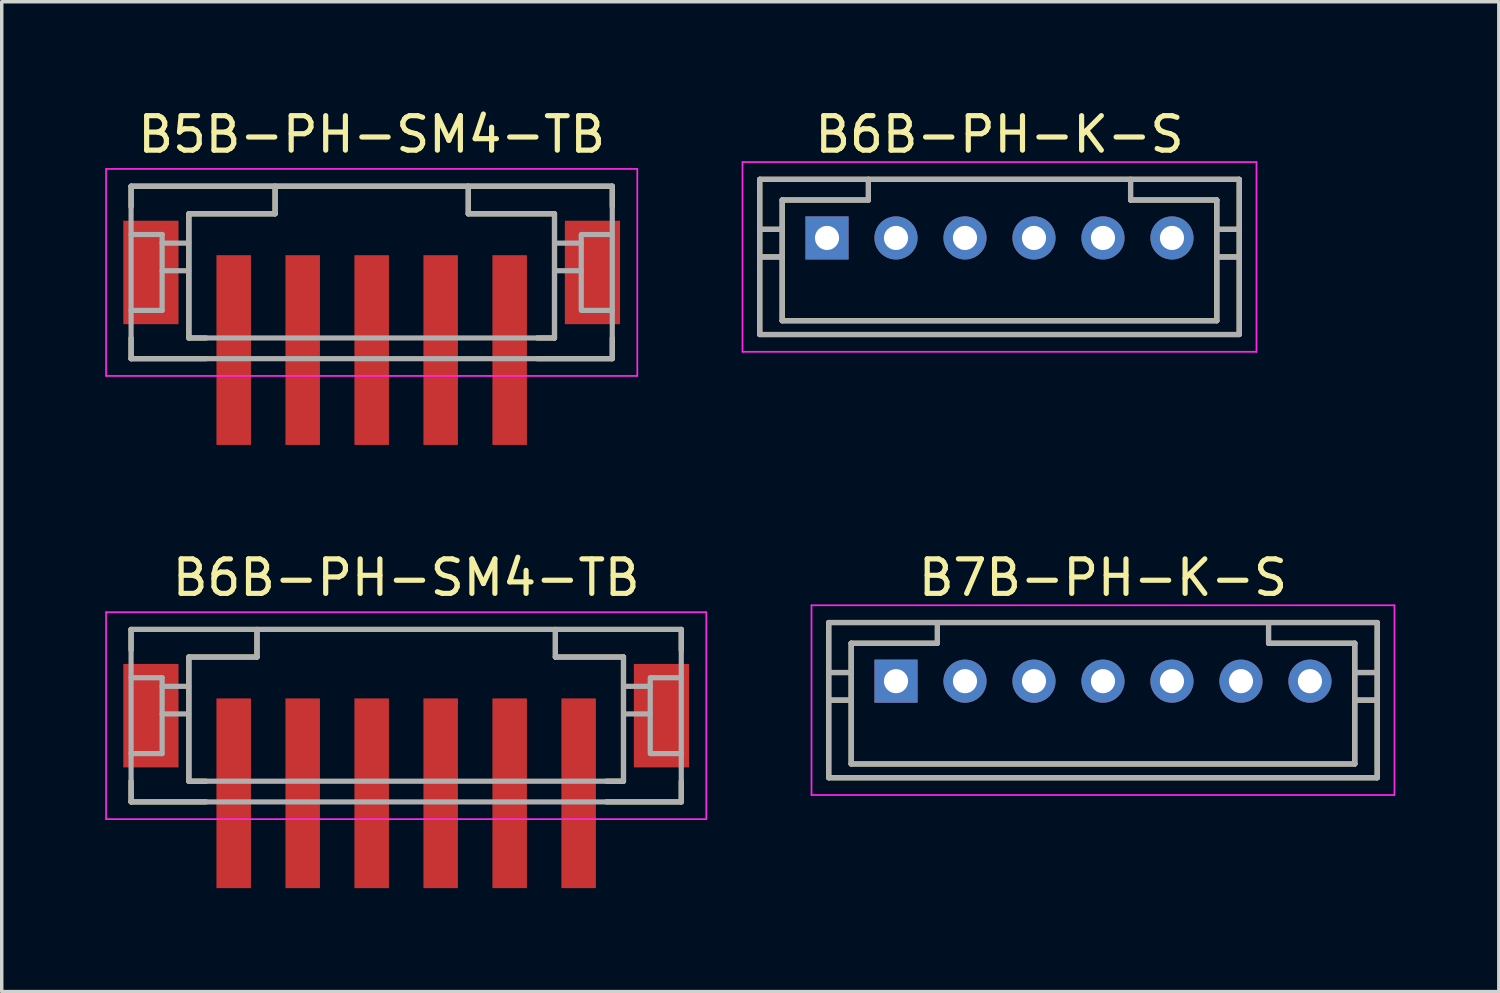
<source format=kicad_pcb>
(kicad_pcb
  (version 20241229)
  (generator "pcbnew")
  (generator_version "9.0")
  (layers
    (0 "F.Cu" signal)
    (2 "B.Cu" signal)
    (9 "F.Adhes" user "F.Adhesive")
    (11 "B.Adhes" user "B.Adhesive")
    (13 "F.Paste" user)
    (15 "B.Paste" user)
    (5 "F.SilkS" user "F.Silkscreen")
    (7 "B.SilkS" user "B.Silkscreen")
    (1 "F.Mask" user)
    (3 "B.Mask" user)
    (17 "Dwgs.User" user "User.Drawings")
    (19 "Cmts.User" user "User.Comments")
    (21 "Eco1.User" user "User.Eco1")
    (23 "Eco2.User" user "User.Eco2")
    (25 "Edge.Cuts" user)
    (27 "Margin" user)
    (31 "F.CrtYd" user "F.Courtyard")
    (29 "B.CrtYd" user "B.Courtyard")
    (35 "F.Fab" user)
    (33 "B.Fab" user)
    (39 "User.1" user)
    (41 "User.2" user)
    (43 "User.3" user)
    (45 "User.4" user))
  (footprint "B5B-PH-SM4-TB"
    (layer "F.Cu")
    (at 7.725 4.348)
    (property "Reference" "B5B-PH-SM4-TB" (at 0 -3.5 0) (layer "F.SilkS") (effects (font (size 1 1) (thickness 0.15))))
    (attr smd)
    (fp_line (start -6.975 -2) (end -6.975 -1.4) (stroke (width 0.15) (type solid)) (layer "F.SilkS"))
    (fp_line (start -6.975 -2) (end 6.975 -2) (stroke (width 0.15) (type solid)) (layer "F.SilkS"))
    (fp_line (start -6.975 2.4) (end -6.975 3) (stroke (width 0.15) (type solid)) (layer "F.SilkS"))
    (fp_line (start -6.975 3) (end -4.8 3) (stroke (width 0.15) (type solid)) (layer "F.SilkS"))
    (fp_line (start -5.3 -1.2) (end -5.3 2.4) (stroke (width 0.15) (type solid)) (layer "F.SilkS"))
    (fp_line (start -5.3 -1.2) (end -2.8 -1.2) (stroke (width 0.15) (type solid)) (layer "F.SilkS"))
    (fp_line (start -5.3 2.4) (end -4.8 2.4) (stroke (width 0.15) (type solid)) (layer "F.SilkS"))
    (fp_line (start -2.8 -2) (end -2.8 -1.2) (stroke (width 0.15) (type solid)) (layer "F.SilkS"))
    (fp_line (start 2.8 -2) (end 2.8 -1.2) (stroke (width 0.15) (type solid)) (layer "F.SilkS"))
    (fp_line (start 2.8 -1.2) (end 5.3 -1.2) (stroke (width 0.15) (type solid)) (layer "F.SilkS"))
    (fp_line (start 4.8 2.4) (end 5.3 2.4) (stroke (width 0.15) (type solid)) (layer "F.SilkS"))
    (fp_line (start 4.8 3) (end 6.975 3) (stroke (width 0.15) (type solid)) (layer "F.SilkS"))
    (fp_line (start 5.3 -1.2) (end 5.3 2.4) (stroke (width 0.15) (type solid)) (layer "F.SilkS"))
    (fp_line (start 6.975 -2) (end 6.975 -1.4) (stroke (width 0.15) (type solid)) (layer "F.SilkS"))
    (fp_line (start 6.975 2.4) (end 6.975 3) (stroke (width 0.15) (type solid)) (layer "F.SilkS"))
    (fp_line (start -7.7 -2.5) (end -7.7 3.5) (stroke (width 0.05) (type solid)) (layer "F.CrtYd"))
    (fp_line (start -7.7 -2.5) (end 7.7 -2.5) (stroke (width 0.05) (type solid)) (layer "F.CrtYd"))
    (fp_line (start -7.7 3.5) (end 7.7 3.5) (stroke (width 0.05) (type solid)) (layer "F.CrtYd"))
    (fp_line (start 7.7 -2.5) (end 7.7 3.5) (stroke (width 0.05) (type solid)) (layer "F.CrtYd"))
    (fp_line (start -6.975 -2) (end -6.975 3) (stroke (width 0.15) (type solid)) (layer "F.Fab"))
    (fp_line (start -6.975 -2) (end 6.975 -2) (stroke (width 0.15) (type solid)) (layer "F.Fab"))
    (fp_line (start -6.975 -0.6) (end -6.075 -0.6) (stroke (width 0.15) (type solid)) (layer "F.Fab"))
    (fp_line (start -6.975 1.6) (end -6.075 1.6) (stroke (width 0.15) (type solid)) (layer "F.Fab"))
    (fp_line (start -6.975 3) (end 6.975 3) (stroke (width 0.15) (type solid)) (layer "F.Fab"))
    (fp_line (start -6.075 -0.6) (end -6.075 1.6) (stroke (width 0.15) (type solid)) (layer "F.Fab"))
    (fp_line (start -6.075 -0.35) (end -5.3 -0.35) (stroke (width 0.15) (type solid)) (layer "F.Fab"))
    (fp_line (start -6.075 0.45) (end -5.3 0.45) (stroke (width 0.15) (type solid)) (layer "F.Fab"))
    (fp_line (start -5.3 -1.2) (end -5.3 2.4) (stroke (width 0.15) (type solid)) (layer "F.Fab"))
    (fp_line (start -5.3 -1.2) (end -2.8 -1.2) (stroke (width 0.15) (type solid)) (layer "F.Fab"))
    (fp_line (start -5.3 2.4) (end 5.3 2.4) (stroke (width 0.15) (type solid)) (layer "F.Fab"))
    (fp_line (start -2.8 -2) (end -2.8 -1.2) (stroke (width 0.15) (type solid)) (layer "F.Fab"))
    (fp_line (start 2.8 -2) (end 2.8 -1.2) (stroke (width 0.15) (type solid)) (layer "F.Fab"))
    (fp_line (start 2.8 -1.2) (end 5.3 -1.2) (stroke (width 0.15) (type solid)) (layer "F.Fab"))
    (fp_line (start 5.3 -1.2) (end 5.3 2.4) (stroke (width 0.15) (type solid)) (layer "F.Fab"))
    (fp_line (start 5.3 -0.35) (end 6.075 -0.35) (stroke (width 0.15) (type solid)) (layer "F.Fab"))
    (fp_line (start 5.3 0.45) (end 6.075 0.45) (stroke (width 0.15) (type solid)) (layer "F.Fab"))
    (fp_line (start 6.075 -0.6) (end 6.075 1.6) (stroke (width 0.15) (type solid)) (layer "F.Fab"))
    (fp_line (start 6.1 -0.6) (end 6.975 -0.6) (stroke (width 0.15) (type solid)) (layer "F.Fab"))
    (fp_line (start 6.1 1.6) (end 6.975 1.6) (stroke (width 0.15) (type solid)) (layer "F.Fab"))
    (fp_line (start 6.975 -2) (end 6.975 3) (stroke (width 0.15) (type solid)) (layer "F.Fab"))
    (pad "1" smd rect (at -4 2.75) (size 1 5.5) (layers "F.Cu" "F.Mask" "F.Paste"))
    (pad "2" smd rect (at -2 2.75) (size 1 5.5) (layers "F.Cu" "F.Mask" "F.Paste"))
    (pad "3" smd rect (at 0 2.75) (size 1 5.5) (layers "F.Cu" "F.Mask" "F.Paste"))
    (pad "4" smd rect (at 2 2.75) (size 1 5.5) (layers "F.Cu" "F.Mask" "F.Paste"))
    (pad "5" smd rect (at 4 2.75) (size 1 5.5) (layers "F.Cu" "F.Mask" "F.Paste"))
    (pad "S" smd rect (at -6.4 0.5) (size 1.6 3) (layers "F.Cu" "F.Mask" "F.Paste"))
    (pad "S" smd rect (at 6.4 0.5) (size 1.6 3) (layers "F.Cu" "F.Mask" "F.Paste")))
  (footprint "B6B-PH-SM4-TB"
    (layer "F.Cu")
    (at 8.725 17.197)
    (property "Reference" "B6B-PH-SM4-TB" (at 0 -3.5 0) (layer "F.SilkS") (effects (font (size 1 1) (thickness 0.15))))
    (attr smd)
    (fp_line (start -7.975 -2) (end -7.975 -1.4) (stroke (width 0.15) (type solid)) (layer "F.SilkS"))
    (fp_line (start -7.975 -2) (end 7.975 -2) (stroke (width 0.15) (type solid)) (layer "F.SilkS"))
    (fp_line (start -7.975 2.4) (end -7.975 3) (stroke (width 0.15) (type solid)) (layer "F.SilkS"))
    (fp_line (start -7.975 3) (end -5.8 3) (stroke (width 0.15) (type solid)) (layer "F.SilkS"))
    (fp_line (start -6.3 -1.2) (end -6.3 2.4) (stroke (width 0.15) (type solid)) (layer "F.SilkS"))
    (fp_line (start -6.3 -1.2) (end -4.325 -1.2) (stroke (width 0.15) (type solid)) (layer "F.SilkS"))
    (fp_line (start -6.3 2.4) (end -5.8 2.4) (stroke (width 0.15) (type solid)) (layer "F.SilkS"))
    (fp_line (start -4.325 -2) (end -4.325 -1.2) (stroke (width 0.15) (type solid)) (layer "F.SilkS"))
    (fp_line (start 4.325 -2) (end 4.325 -1.2) (stroke (width 0.15) (type solid)) (layer "F.SilkS"))
    (fp_line (start 4.325 -1.2) (end 6.3 -1.2) (stroke (width 0.15) (type solid)) (layer "F.SilkS"))
    (fp_line (start 5.8 2.4) (end 6.3 2.4) (stroke (width 0.15) (type solid)) (layer "F.SilkS"))
    (fp_line (start 5.8 3) (end 7.975 3) (stroke (width 0.15) (type solid)) (layer "F.SilkS"))
    (fp_line (start 6.3 -1.2) (end 6.3 2.4) (stroke (width 0.15) (type solid)) (layer "F.SilkS"))
    (fp_line (start 7.975 -2) (end 7.975 -1.4) (stroke (width 0.15) (type solid)) (layer "F.SilkS"))
    (fp_line (start 7.975 2.4) (end 7.975 3) (stroke (width 0.15) (type solid)) (layer "F.SilkS"))
    (fp_line (start -8.7 -2.5) (end -8.7 3.5) (stroke (width 0.05) (type solid)) (layer "F.CrtYd"))
    (fp_line (start -8.7 -2.5) (end 8.7 -2.5) (stroke (width 0.05) (type solid)) (layer "F.CrtYd"))
    (fp_line (start -8.7 3.5) (end 8.7 3.5) (stroke (width 0.05) (type solid)) (layer "F.CrtYd"))
    (fp_line (start 8.7 -2.5) (end 8.7 3.5) (stroke (width 0.05) (type solid)) (layer "F.CrtYd"))
    (fp_line (start -7.975 -2) (end -7.975 3) (stroke (width 0.15) (type solid)) (layer "F.Fab"))
    (fp_line (start -7.975 -2) (end 7.975 -2) (stroke (width 0.15) (type solid)) (layer "F.Fab"))
    (fp_line (start -7.975 -0.6) (end -7.075 -0.6) (stroke (width 0.15) (type solid)) (layer "F.Fab"))
    (fp_line (start -7.975 1.6) (end -7.075 1.6) (stroke (width 0.15) (type solid)) (layer "F.Fab"))
    (fp_line (start -7.975 3) (end 7.975 3) (stroke (width 0.15) (type solid)) (layer "F.Fab"))
    (fp_line (start -7.075 -0.6) (end -7.075 1.6) (stroke (width 0.15) (type solid)) (layer "F.Fab"))
    (fp_line (start -7.075 -0.35) (end -6.3 -0.35) (stroke (width 0.15) (type solid)) (layer "F.Fab"))
    (fp_line (start -7.075 0.45) (end -6.3 0.45) (stroke (width 0.15) (type solid)) (layer "F.Fab"))
    (fp_line (start -6.3 -1.2) (end -6.3 2.4) (stroke (width 0.15) (type solid)) (layer "F.Fab"))
    (fp_line (start -6.3 -1.2) (end -4.325 -1.2) (stroke (width 0.15) (type solid)) (layer "F.Fab"))
    (fp_line (start -6.3 2.4) (end 6.3 2.4) (stroke (width 0.15) (type solid)) (layer "F.Fab"))
    (fp_line (start -4.325 -2) (end -4.325 -1.2) (stroke (width 0.15) (type solid)) (layer "F.Fab"))
    (fp_line (start 4.325 -2) (end 4.325 -1.2) (stroke (width 0.15) (type solid)) (layer "F.Fab"))
    (fp_line (start 4.325 -1.2) (end 6.3 -1.2) (stroke (width 0.15) (type solid)) (layer "F.Fab"))
    (fp_line (start 6.3 -1.2) (end 6.3 2.4) (stroke (width 0.15) (type solid)) (layer "F.Fab"))
    (fp_line (start 6.3 -0.35) (end 7.075 -0.35) (stroke (width 0.15) (type solid)) (layer "F.Fab"))
    (fp_line (start 6.3 0.45) (end 7.075 0.45) (stroke (width 0.15) (type solid)) (layer "F.Fab"))
    (fp_line (start 7.075 -0.6) (end 7.075 1.6) (stroke (width 0.15) (type solid)) (layer "F.Fab"))
    (fp_line (start 7.1 -0.6) (end 7.975 -0.6) (stroke (width 0.15) (type solid)) (layer "F.Fab"))
    (fp_line (start 7.1 1.6) (end 7.975 1.6) (stroke (width 0.15) (type solid)) (layer "F.Fab"))
    (fp_line (start 7.975 -2) (end 7.975 3) (stroke (width 0.15) (type solid)) (layer "F.Fab"))
    (pad "1" smd rect (at -5 2.75) (size 1 5.5) (layers "F.Cu" "F.Mask" "F.Paste"))
    (pad "2" smd rect (at -3 2.75) (size 1 5.5) (layers "F.Cu" "F.Mask" "F.Paste"))
    (pad "3" smd rect (at -1 2.75) (size 1 5.5) (layers "F.Cu" "F.Mask" "F.Paste"))
    (pad "4" smd rect (at 1 2.75) (size 1 5.5) (layers "F.Cu" "F.Mask" "F.Paste"))
    (pad "5" smd rect (at 3 2.75) (size 1 5.5) (layers "F.Cu" "F.Mask" "F.Paste"))
    (pad "6" smd rect (at 5 2.75) (size 1 5.5) (layers "F.Cu" "F.Mask" "F.Paste"))
    (pad "S" smd rect (at -7.4 0.5) (size 1.6 3) (layers "F.Cu" "F.Mask" "F.Paste"))
    (pad "S" smd rect (at 7.4 0.5) (size 1.6 3) (layers "F.Cu" "F.Mask" "F.Paste")))
  (footprint "B6B-PH-K-S"
    (layer "F.Cu")
    (at 25.925 3.848)
    (property "Reference" "B6B-PH-K-S" (at 0 -3 0) (layer "F.SilkS") (effects (font (size 1 1) (thickness 0.15))))
    (attr smd)
    (fp_line (start -6.95 -1.7) (end -6.95 2.8) (stroke (width 0.15) (type solid)) (layer "F.SilkS"))
    (fp_line (start -6.95 -1.7) (end 6.95 -1.7) (stroke (width 0.15) (type solid)) (layer "F.SilkS"))
    (fp_line (start -6.95 -0.25) (end -6.3 -0.25) (stroke (width 0.15) (type solid)) (layer "F.SilkS"))
    (fp_line (start -6.95 0.55) (end -6.3 0.55) (stroke (width 0.15) (type solid)) (layer "F.SilkS"))
    (fp_line (start -6.95 2.8) (end 6.95 2.8) (stroke (width 0.15) (type solid)) (layer "F.SilkS"))
    (fp_line (start -6.3 -1.1) (end -6.3 2.4) (stroke (width 0.15) (type solid)) (layer "F.SilkS"))
    (fp_line (start -6.3 -1.1) (end -3.8 -1.1) (stroke (width 0.15) (type solid)) (layer "F.SilkS"))
    (fp_line (start -6.3 2.4) (end 6.3 2.4) (stroke (width 0.15) (type solid)) (layer "F.SilkS"))
    (fp_line (start -3.8 -1.7) (end -3.8 -1.1) (stroke (width 0.15) (type solid)) (layer "F.SilkS"))
    (fp_line (start 3.8 -1.7) (end 3.8 -1.1) (stroke (width 0.15) (type solid)) (layer "F.SilkS"))
    (fp_line (start 3.8 -1.1) (end 6.3 -1.1) (stroke (width 0.15) (type solid)) (layer "F.SilkS"))
    (fp_line (start 6.3 -1.1) (end 6.3 2.4) (stroke (width 0.15) (type solid)) (layer "F.SilkS"))
    (fp_line (start 6.3 -0.25) (end 6.95 -0.25) (stroke (width 0.15) (type solid)) (layer "F.SilkS"))
    (fp_line (start 6.3 0.55) (end 6.95 0.55) (stroke (width 0.15) (type solid)) (layer "F.SilkS"))
    (fp_line (start 6.95 -1.7) (end 6.95 2.8) (stroke (width 0.15) (type solid)) (layer "F.SilkS"))
    (fp_line (start -7.45 -2.2) (end -7.45 3.3) (stroke (width 0.05) (type solid)) (layer "F.CrtYd"))
    (fp_line (start -7.45 -2.2) (end 7.45 -2.2) (stroke (width 0.05) (type solid)) (layer "F.CrtYd"))
    (fp_line (start -7.45 3.3) (end 7.45 3.3) (stroke (width 0.05) (type solid)) (layer "F.CrtYd"))
    (fp_line (start 7.45 -2.2) (end 7.45 3.3) (stroke (width 0.05) (type solid)) (layer "F.CrtYd"))
    (fp_line (start -6.95 -1.7) (end -6.95 2.8) (stroke (width 0.15) (type solid)) (layer "F.Fab"))
    (fp_line (start -6.95 -1.7) (end 6.95 -1.7) (stroke (width 0.15) (type solid)) (layer "F.Fab"))
    (fp_line (start -6.95 -0.25) (end -6.3 -0.25) (stroke (width 0.15) (type solid)) (layer "F.Fab"))
    (fp_line (start -6.95 0.55) (end -6.3 0.55) (stroke (width 0.15) (type solid)) (layer "F.Fab"))
    (fp_line (start -6.95 2.8) (end 6.95 2.8) (stroke (width 0.15) (type solid)) (layer "F.Fab"))
    (fp_line (start -6.3 -1.1) (end -6.3 2.4) (stroke (width 0.15) (type solid)) (layer "F.Fab"))
    (fp_line (start -6.3 -1.1) (end -3.8 -1.1) (stroke (width 0.15) (type solid)) (layer "F.Fab"))
    (fp_line (start -6.3 2.4) (end 6.3 2.4) (stroke (width 0.15) (type solid)) (layer "F.Fab"))
    (fp_line (start -3.8 -1.7) (end -3.8 -1.1) (stroke (width 0.15) (type solid)) (layer "F.Fab"))
    (fp_line (start 3.8 -1.7) (end 3.8 -1.1) (stroke (width 0.15) (type solid)) (layer "F.Fab"))
    (fp_line (start 3.8 -1.1) (end 6.3 -1.1) (stroke (width 0.15) (type solid)) (layer "F.Fab"))
    (fp_line (start 6.3 -1.1) (end 6.3 2.4) (stroke (width 0.15) (type solid)) (layer "F.Fab"))
    (fp_line (start 6.3 -0.25) (end 6.95 -0.25) (stroke (width 0.15) (type solid)) (layer "F.Fab"))
    (fp_line (start 6.3 0.55) (end 6.95 0.55) (stroke (width 0.15) (type solid)) (layer "F.Fab"))
    (fp_line (start 6.95 -1.7) (end 6.95 2.8) (stroke (width 0.15) (type solid)) (layer "F.Fab"))
    (pad "1" thru_hole rect (at -5 0) (size 1.25 1.25) (drill 0.7) (layers "*.Cu" "*.Mask"))
    (pad "2" thru_hole circle (at -3 0) (size 1.25 1.25) (drill 0.7) (layers "*.Cu" "*.Mask"))
    (pad "3" thru_hole circle (at -1 0) (size 1.25 1.25) (drill 0.7) (layers "*.Cu" "*.Mask"))
    (pad "4" thru_hole circle (at 1 0) (size 1.25 1.25) (drill 0.7) (layers "*.Cu" "*.Mask"))
    (pad "5" thru_hole circle (at 3 0) (size 1.25 1.25) (drill 0.7) (layers "*.Cu" "*.Mask"))
    (pad "6" thru_hole circle (at 5 0) (size 1.25 1.25) (drill 0.7) (layers "*.Cu" "*.Mask")))
  (footprint "B7B-PH-K-S"
    (layer "F.Cu")
    (at 28.925 16.697)
    (property "Reference" "B7B-PH-K-S" (at 0 -3 0) (layer "F.SilkS") (effects (font (size 1 1) (thickness 0.15))))
    (attr smd)
    (fp_line (start -7.95 -1.7) (end -7.95 2.8) (stroke (width 0.15) (type solid)) (layer "F.SilkS"))
    (fp_line (start -7.95 -1.7) (end 7.95 -1.7) (stroke (width 0.15) (type solid)) (layer "F.SilkS"))
    (fp_line (start -7.95 -0.25) (end -7.3 -0.25) (stroke (width 0.15) (type solid)) (layer "F.SilkS"))
    (fp_line (start -7.95 0.55) (end -7.3 0.55) (stroke (width 0.15) (type solid)) (layer "F.SilkS"))
    (fp_line (start -7.95 2.8) (end 7.95 2.8) (stroke (width 0.15) (type solid)) (layer "F.SilkS"))
    (fp_line (start -7.3 -1.1) (end -7.3 2.4) (stroke (width 0.15) (type solid)) (layer "F.SilkS"))
    (fp_line (start -7.3 -1.1) (end -4.8 -1.1) (stroke (width 0.15) (type solid)) (layer "F.SilkS"))
    (fp_line (start -7.3 2.4) (end 7.3 2.4) (stroke (width 0.15) (type solid)) (layer "F.SilkS"))
    (fp_line (start -4.8 -1.7) (end -4.8 -1.1) (stroke (width 0.15) (type solid)) (layer "F.SilkS"))
    (fp_line (start 4.8 -1.7) (end 4.8 -1.1) (stroke (width 0.15) (type solid)) (layer "F.SilkS"))
    (fp_line (start 4.8 -1.1) (end 7.3 -1.1) (stroke (width 0.15) (type solid)) (layer "F.SilkS"))
    (fp_line (start 7.3 -1.1) (end 7.3 2.4) (stroke (width 0.15) (type solid)) (layer "F.SilkS"))
    (fp_line (start 7.3 -0.25) (end 7.95 -0.25) (stroke (width 0.15) (type solid)) (layer "F.SilkS"))
    (fp_line (start 7.3 0.55) (end 7.95 0.55) (stroke (width 0.15) (type solid)) (layer "F.SilkS"))
    (fp_line (start 7.95 -1.7) (end 7.95 2.8) (stroke (width 0.15) (type solid)) (layer "F.SilkS"))
    (fp_line (start -8.45 -2.2) (end -8.45 3.3) (stroke (width 0.05) (type solid)) (layer "F.CrtYd"))
    (fp_line (start -8.45 -2.2) (end 8.45 -2.2) (stroke (width 0.05) (type solid)) (layer "F.CrtYd"))
    (fp_line (start -8.45 3.3) (end 8.45 3.3) (stroke (width 0.05) (type solid)) (layer "F.CrtYd"))
    (fp_line (start 8.45 -2.2) (end 8.45 3.3) (stroke (width 0.05) (type solid)) (layer "F.CrtYd"))
    (fp_line (start -7.95 -1.7) (end -7.95 2.8) (stroke (width 0.15) (type solid)) (layer "F.Fab"))
    (fp_line (start -7.95 -1.7) (end 7.95 -1.7) (stroke (width 0.15) (type solid)) (layer "F.Fab"))
    (fp_line (start -7.95 -0.25) (end -7.3 -0.25) (stroke (width 0.15) (type solid)) (layer "F.Fab"))
    (fp_line (start -7.95 0.55) (end -7.3 0.55) (stroke (width 0.15) (type solid)) (layer "F.Fab"))
    (fp_line (start -7.95 2.8) (end 7.95 2.8) (stroke (width 0.15) (type solid)) (layer "F.Fab"))
    (fp_line (start -7.3 -1.1) (end -7.3 2.4) (stroke (width 0.15) (type solid)) (layer "F.Fab"))
    (fp_line (start -7.3 -1.1) (end -4.8 -1.1) (stroke (width 0.15) (type solid)) (layer "F.Fab"))
    (fp_line (start -7.3 2.4) (end 7.3 2.4) (stroke (width 0.15) (type solid)) (layer "F.Fab"))
    (fp_line (start -4.8 -1.7) (end -4.8 -1.1) (stroke (width 0.15) (type solid)) (layer "F.Fab"))
    (fp_line (start 4.8 -1.7) (end 4.8 -1.1) (stroke (width 0.15) (type solid)) (layer "F.Fab"))
    (fp_line (start 4.8 -1.1) (end 7.3 -1.1) (stroke (width 0.15) (type solid)) (layer "F.Fab"))
    (fp_line (start 7.3 -1.1) (end 7.3 2.4) (stroke (width 0.15) (type solid)) (layer "F.Fab"))
    (fp_line (start 7.3 -0.25) (end 7.95 -0.25) (stroke (width 0.15) (type solid)) (layer "F.Fab"))
    (fp_line (start 7.3 0.55) (end 7.95 0.55) (stroke (width 0.15) (type solid)) (layer "F.Fab"))
    (fp_line (start 7.95 -1.7) (end 7.95 2.8) (stroke (width 0.15) (type solid)) (layer "F.Fab"))
    (pad "1" thru_hole rect (at -6 0) (size 1.25 1.25) (drill 0.7) (layers "*.Cu" "*.Mask"))
    (pad "2" thru_hole circle (at -4 0) (size 1.25 1.25) (drill 0.7) (layers "*.Cu" "*.Mask"))
    (pad "3" thru_hole circle (at -2 0) (size 1.25 1.25) (drill 0.7) (layers "*.Cu" "*.Mask"))
    (pad "4" thru_hole circle (at 0 0) (size 1.25 1.25) (drill 0.7) (layers "*.Cu" "*.Mask"))
    (pad "5" thru_hole circle (at 2 0) (size 1.25 1.25) (drill 0.7) (layers "*.Cu" "*.Mask"))
    (pad "6" thru_hole circle (at 4 0) (size 1.25 1.25) (drill 0.7) (layers "*.Cu" "*.Mask"))
    (pad "7" thru_hole circle (at 6 0) (size 1.25 1.25) (drill 0.7) (layers "*.Cu" "*.Mask")))
  (gr_rect
    (start -3 -3)
    (end 40.4 25.697)
    (stroke (width 0.1) (type default))
    (fill no)
    (layer "Edge.Cuts")))
</source>
